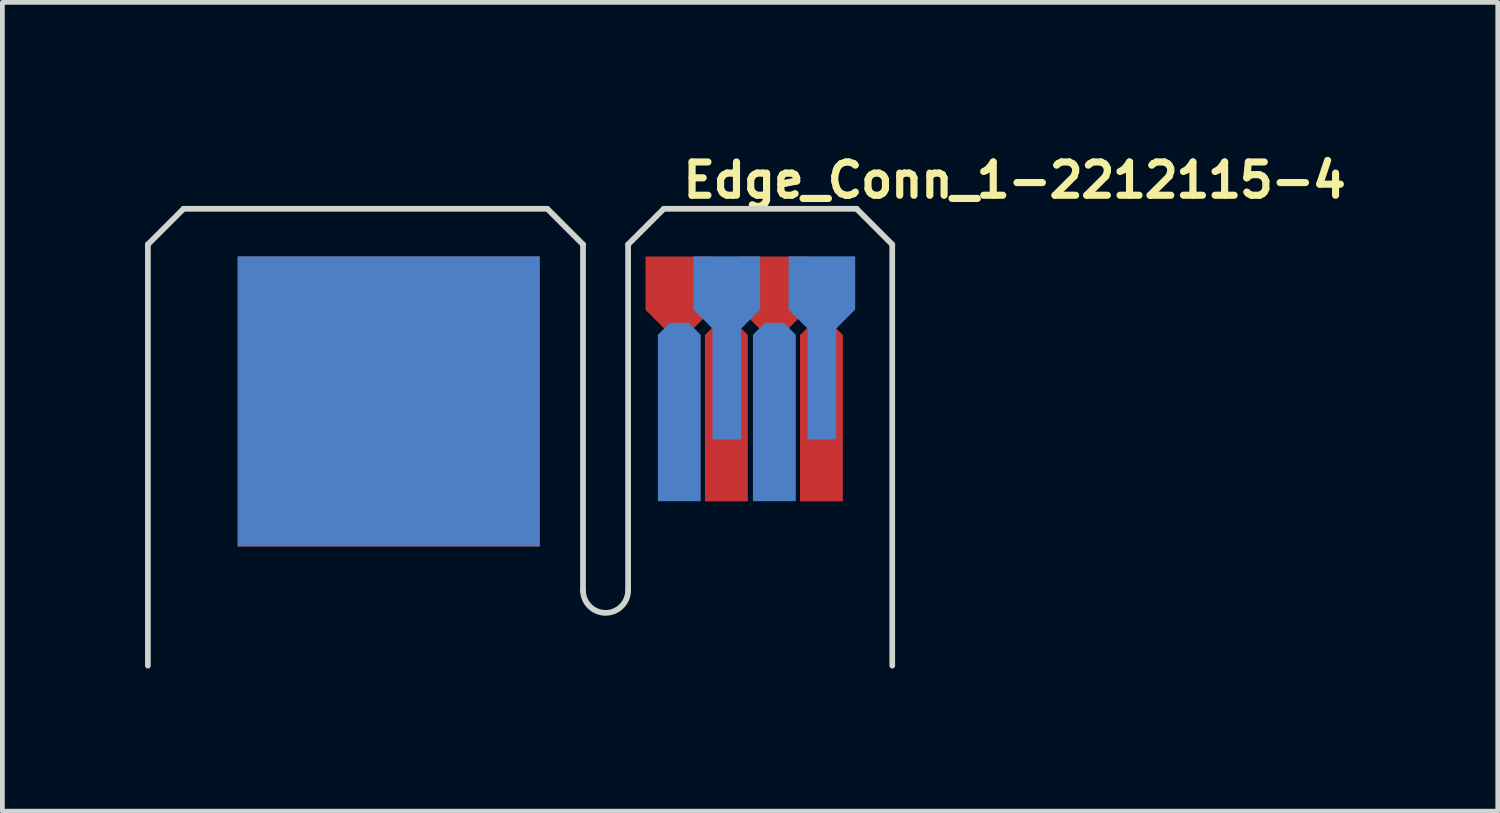
<source format=kicad_pcb>
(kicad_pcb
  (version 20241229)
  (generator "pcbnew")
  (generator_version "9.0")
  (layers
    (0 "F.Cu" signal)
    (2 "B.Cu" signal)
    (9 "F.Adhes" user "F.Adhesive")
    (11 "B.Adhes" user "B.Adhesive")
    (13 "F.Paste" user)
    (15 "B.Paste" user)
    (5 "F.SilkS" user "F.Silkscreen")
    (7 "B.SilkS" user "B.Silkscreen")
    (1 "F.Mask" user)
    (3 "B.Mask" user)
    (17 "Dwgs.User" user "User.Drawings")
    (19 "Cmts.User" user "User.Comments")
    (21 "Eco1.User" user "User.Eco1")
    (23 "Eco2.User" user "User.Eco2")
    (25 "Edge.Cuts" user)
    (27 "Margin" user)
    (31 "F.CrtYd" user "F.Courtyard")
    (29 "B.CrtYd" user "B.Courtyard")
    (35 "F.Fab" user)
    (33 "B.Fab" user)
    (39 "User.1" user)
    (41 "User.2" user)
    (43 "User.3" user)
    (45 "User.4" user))
  (footprint "Edge_Conn_1-2212115-4"
    (layer "F.Cu")
    (at 11.24 5.45)
    (property "Reference" "Edge_Conn_1-2212115-4" (at 0 -4.3 0) (unlocked yes) (layer "F.SilkS") (effects (font (size 0.7 0.7) (thickness 0.15)) (justify left bottom)))
    (attr exclude_from_pos_files exclude_from_bom)
    (fp_line (start -11.18 5.5) (end -11.18 -3.359) (stroke (width 0.12) (type solid)) (layer "Edge.Cuts"))
    (fp_line (start -10.43 -4.109) (end -11.18 -3.359) (stroke (width 0.12) (type solid)) (layer "Edge.Cuts"))
    (fp_line (start -10.43 -4.109) (end -2.78 -4.109) (stroke (width 0.12) (type solid)) (layer "Edge.Cuts"))
    (fp_line (start -2.78 -4.109) (end -2.029 -3.359) (stroke (width 0.12) (type solid)) (layer "Edge.Cuts"))
    (fp_line (start -2.029 3.914) (end -2.029 -3.359) (stroke (width 0.12) (type solid)) (layer "Edge.Cuts"))
    (fp_line (start -1.08 -3.359) (end -1.08 3.915) (stroke (width 0.12) (type solid)) (layer "Edge.Cuts"))
    (fp_line (start -1.08 -3.359) (end -0.33 -4.109) (stroke (width 0.12) (type solid)) (layer "Edge.Cuts"))
    (fp_line (start -0.33 -4.109) (end 3.725 -4.109) (stroke (width 0.12) (type solid)) (layer "Edge.Cuts"))
    (fp_line (start 3.725 -4.109) (end 4.475 -3.359) (stroke (width 0.12) (type solid)) (layer "Edge.Cuts"))
    (fp_line (start 4.475 -3.359) (end 4.475 5.5) (stroke (width 0.12) (type solid)) (layer "Edge.Cuts"))
    (fp_arc (start -1.08 3.915) (mid -1.555001 4.39) (end -2.029 3.914) (stroke (width 0.12) (type solid)) (layer "Edge.Cuts"))
    (pad "1" smd custom (at -5.081 0.002) (size 2.286 1.524) (layers "B.Cu" "B.Mask" "B.Paste") (options (anchor rect)) (primitives (gr_rect (start -4.21 -3.111) (end 2.141 2.988) (width 0.001) (fill yes))))
    (pad "2" smd custom (at -5.081 0.002) (size 2.286 1.524) (layers "F.Cu" "F.Mask" "F.Paste") (options (anchor rect)) (primitives (gr_rect (start -4.209 -3.106) (end 2.141 2.993) (width 0.001) (fill yes))))
    (pad "3" smd custom (at -0.001 0.002) (size 0.572 0.762) (layers "B.Cu" "B.Mask" "B.Paste") (options (anchor rect)) (primitives (gr_poly (pts (xy 0.447 -1.461) (xy 0.447 2.038) (xy -0.452 2.038) (xy -0.452 -1.461) (xy -0.202 -1.711) (xy 0.197 -1.711)) (width 0.001) (fill yes)) (gr_line (start -0.202 -1.711) (end -0.452 -1.461) (width 0.001)) (gr_line (start 0.197 -1.711) (end 0.447 -1.461) (width 0.001)) (gr_line (start 0.447 -1.461) (end 0.447 2.038) (width 0.001)) (gr_line (start -0.202 -1.711) (end 0.197 -1.711) (width 0.001)) (gr_line (start -0.452 2.038) (end 0.447 2.038) (width 0.001)) (gr_line (start -0.452 -1.461) (end -0.452 2.038) (width 0.001))))
    (pad "4" smd custom (at 1.196 -2.538) (size 1 0.301) (layers "B.Cu" "B.Mask" "B.Paste") (options (anchor rect)) (primitives (gr_line (start 0.5 -0.571) (end 0.5 0.549) (width 0.001)) (gr_line (start 0.1 0.949) (end 0.5 0.549) (width 0.001)) (gr_line (start -0.9 -0.571) (end 0.5 -0.571) (width 0.001)) (gr_line (start -0.9 -0.571) (end -0.9 0.549) (width 0.001)) (gr_line (start -0.9 0.549) (end -0.5 0.949) (width 0.001)) (gr_line (start 0.1 0.949) (end 0.1 3.278) (width 0.001)) (gr_line (start -0.5 3.278) (end 0.1 3.278) (width 0.001)) (gr_line (start -0.5 3.278) (end -0.5 0.949) (width 0.001)) (gr_poly (pts (xy 0.5 0.549) (xy 0.1 0.949) (xy 0.1 3.278) (xy -0.5 3.278) (xy -0.5 0.949) (xy -0.9 0.549) (xy -0.9 -0.571) (xy 0.5 -0.571)) (width 0.001) (fill yes))))
    (pad "5" smd custom (at 2.014 0.418) (size 0.618 0.963) (layers "B.Cu" "B.Mask" "B.Paste") (options (anchor rect)) (primitives (gr_poly (pts (xy 0.432 -1.877) (xy 0.432 1.622) (xy -0.468 1.622) (xy -0.468 -1.877) (xy -0.218 -2.127) (xy 0.182 -2.127)) (width 0.001) (fill yes)) (gr_line (start 0.432 -1.877) (end 0.432 1.622) (width 0.001)) (gr_line (start 0.182 -2.127) (end 0.432 -1.877) (width 0.001)) (gr_line (start -0.468 -1.877) (end -0.468 1.622) (width 0.001)) (gr_line (start -0.218 -2.127) (end 0.182 -2.127) (width 0.001)) (gr_line (start -0.218 -2.127) (end -0.468 -1.877) (width 0.001)) (gr_line (start -0.468 1.622) (end 0.432 1.622) (width 0.001))))
    (pad "6" smd custom (at 2.993 -2.341) (size 0.605 0.925) (layers "B.Cu" "B.Mask" "B.Paste") (options (anchor rect)) (primitives (gr_poly (pts (xy 0.702 0.352) (xy 0.302 0.752) (xy 0.302 3.081) (xy -0.298 3.081) (xy -0.298 0.752) (xy -0.698 0.352) (xy -0.698 -0.768) (xy 0.702 -0.768)) (width 0.001) (fill yes)) (gr_line (start -0.698 -0.768) (end -0.698 0.352) (width 0.001)) (gr_line (start -0.298 3.081) (end 0.302 3.081) (width 0.001)) (gr_line (start -0.698 -0.768) (end 0.702 -0.768) (width 0.001)) (gr_line (start -0.698 0.352) (end -0.298 0.752) (width 0.001)) (gr_line (start 0.302 0.752) (end 0.702 0.352) (width 0.001)) (gr_line (start 0.302 0.752) (end 0.302 3.081) (width 0.001)) (gr_line (start -0.298 3.081) (end -0.298 0.752) (width 0.001)) (gr_line (start 0.702 -0.768) (end 0.702 0.352) (width 0.001))))
    (pad "7" smd custom (at -0.013 -2.538) (size 0.491 0.943) (layers "F.Cu" "F.Mask" "F.Paste") (options (anchor rect)) (primitives (gr_poly (pts (xy 0.699 0.554) (xy 0.299 0.954) (xy 0.299 3.283) (xy -0.3 3.283) (xy -0.3 0.954) (xy -0.7 0.554) (xy -0.7 -0.566) (xy 0.699 -0.566)) (width 0.001) (fill yes)) (gr_line (start -0.299 0.954) (end -0.7 0.554) (width 0.001)) (gr_line (start 0.299 3.283) (end 0.299 0.954) (width 0.001)) (gr_line (start -0.299 0.954) (end -0.299 3.283) (width 0.001)) (gr_line (start 0.7 -0.566) (end -0.7 -0.566) (width 0.001)) (gr_line (start 0.7 -0.566) (end 0.7 0.554) (width 0.001)) (gr_line (start 0.299 3.283) (end -0.299 3.283) (width 0.001)) (gr_line (start -0.7 -0.566) (end -0.7 0.554) (width 0.001)) (gr_line (start 0.7 0.554) (end 0.299 0.954) (width 0.001))))
    (pad "8" smd custom (at 0.958 0.698) (size 0.63 1.154) (layers "F.Cu" "F.Mask" "F.Paste") (options (anchor rect)) (primitives (gr_poly (pts (xy 0.479 -2.152) (xy 0.479 1.347) (xy -0.422 1.347) (xy -0.422 -2.152) (xy -0.172 -2.403) (xy 0.229 -2.403)) (width 0.001) (fill yes)) (gr_line (start 0.479 1.347) (end -0.422 1.347) (width 0.001)) (gr_line (start -0.172 -2.403) (end -0.422 -2.152) (width 0.001)) (gr_line (start -0.422 -2.152) (end -0.422 1.347) (width 0.001)) (gr_line (start 0.229 -2.403) (end -0.172 -2.403) (width 0.001)) (gr_line (start 0.479 -2.152) (end 0.479 1.347) (width 0.001)) (gr_line (start 0.229 -2.403) (end 0.479 -2.152) (width 0.001))))
    (pad "9" smd custom (at 1.986 -2.538) (size 0.732 1.103) (layers "F.Cu" "F.Mask" "F.Paste") (options (anchor rect)) (primitives (gr_poly (pts (xy 0.701 0.554) (xy 0.299 0.954) (xy 0.299 3.283) (xy -0.299 3.283) (xy -0.299 0.954) (xy -0.701 0.554) (xy -0.701 -0.566) (xy 0.701 -0.566)) (width 0.001) (fill yes)) (gr_line (start 0.701 -0.566) (end 0.701 0.554) (width 0.001)) (gr_line (start -0.701 -0.566) (end -0.701 0.554) (width 0.001)) (gr_line (start 0.701 -0.566) (end -0.701 -0.566) (width 0.001)) (gr_line (start -0.299 0.954) (end -0.299 3.283) (width 0.001)) (gr_line (start 0.701 0.554) (end 0.299 0.954) (width 0.001)) (gr_line (start -0.299 0.954) (end -0.701 0.554) (width 0.001)) (gr_line (start 0.299 3.283) (end 0.299 0.954) (width 0.001)) (gr_line (start 0.299 3.283) (end -0.299 3.283) (width 0.001))))
    (pad "10" smd custom (at 3.018 0.456) (size 0.63 1.154) (layers "F.Cu" "F.Mask" "F.Paste") (options (anchor rect)) (primitives (gr_poly (pts (xy 0.418 -1.91) (xy 0.418 1.589) (xy -0.482 1.589) (xy -0.482 -1.91) (xy -0.232 -2.161) (xy 0.168 -2.161)) (width 0.001) (fill yes)) (gr_line (start -0.482 -1.91) (end -0.482 1.589) (width 0.001)) (gr_line (start -0.232 -2.161) (end -0.482 -1.91) (width 0.001)) (gr_line (start 0.168 -2.161) (end -0.232 -2.161) (width 0.001)) (gr_line (start 0.168 -2.161) (end 0.418 -1.91) (width 0.001)) (gr_line (start 0.418 1.589) (end -0.482 1.589) (width 0.001)) (gr_line (start 0.418 -1.91) (end 0.418 1.589) (width 0.001))))
    (zone (net_name "") (layers "F.Cu" "B.Cu" "F.Adhes" "B.Adhes" "F.Paste" "B.Paste" "Edge.Cuts") (hatch edge 0.508) (connect_pads) (min_thickness 0.254) (filled_areas_thickness no) (keepout (tracks allowed) (vias allowed) (pads allowed) (copperpour allowed) (footprints not_allowed)) (placement (enabled no)) (fill) (polygon (pts (xy 9.211 2.091) (xy 9.211 9.364) (xy 9.685 9.84) (xy 10.16 9.365) (xy 10.16 2.091) (xy 10.91 1.341) (xy 14.965 1.341) (xy 15.715 2.091) (xy 15.715 10.84) (xy 0.06 10.84) (xy 0.06 2.091) (xy 0.81 1.341) (xy 8.46 1.341)))))
  (gr_rect
    (start -3 -3)
    (end 28.45 14.01)
    (stroke (width 0.1) (type default))
    (fill no)
    (layer "Edge.Cuts")))
</source>
